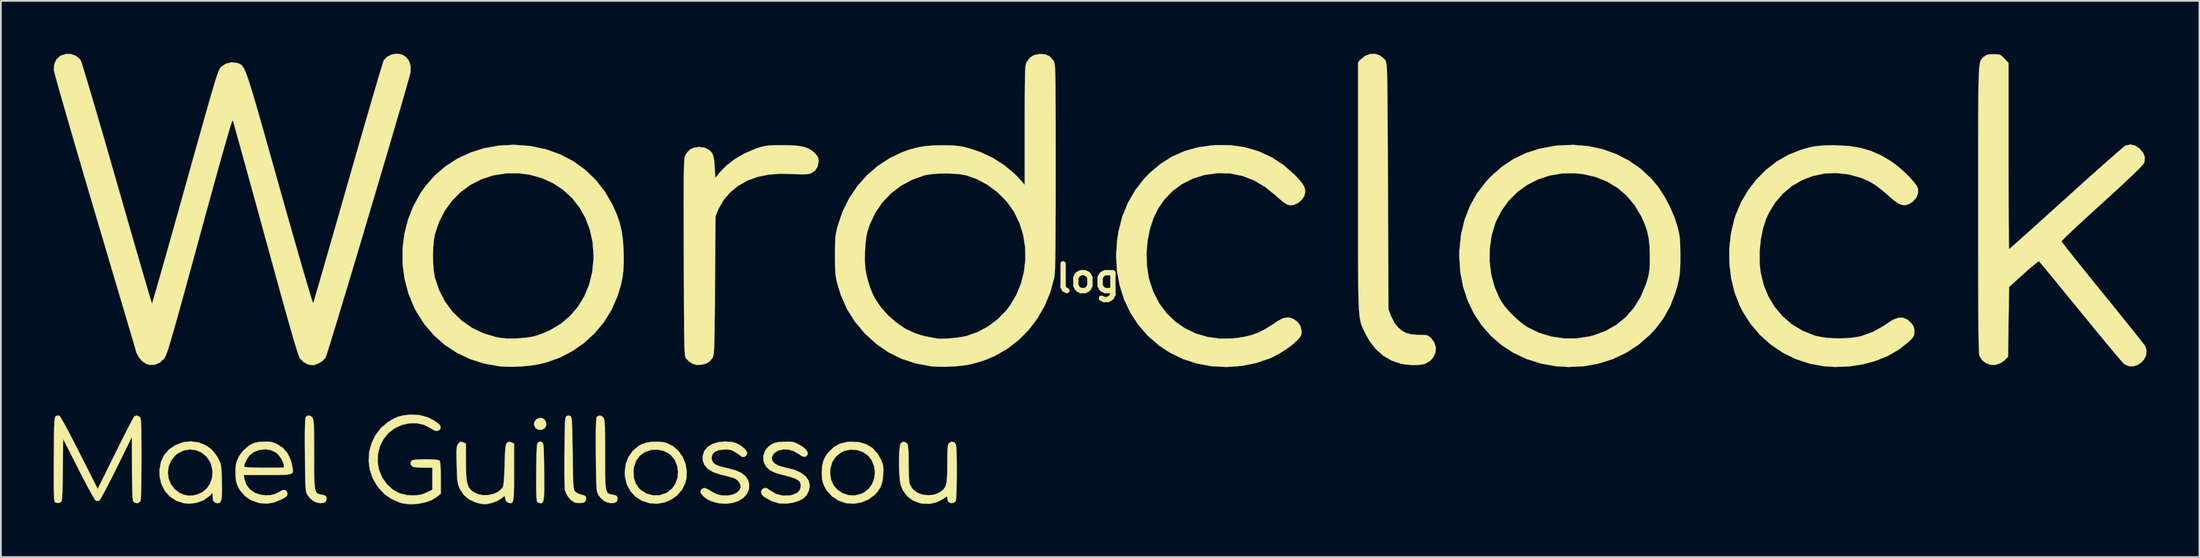
<source format=kicad_pcb>
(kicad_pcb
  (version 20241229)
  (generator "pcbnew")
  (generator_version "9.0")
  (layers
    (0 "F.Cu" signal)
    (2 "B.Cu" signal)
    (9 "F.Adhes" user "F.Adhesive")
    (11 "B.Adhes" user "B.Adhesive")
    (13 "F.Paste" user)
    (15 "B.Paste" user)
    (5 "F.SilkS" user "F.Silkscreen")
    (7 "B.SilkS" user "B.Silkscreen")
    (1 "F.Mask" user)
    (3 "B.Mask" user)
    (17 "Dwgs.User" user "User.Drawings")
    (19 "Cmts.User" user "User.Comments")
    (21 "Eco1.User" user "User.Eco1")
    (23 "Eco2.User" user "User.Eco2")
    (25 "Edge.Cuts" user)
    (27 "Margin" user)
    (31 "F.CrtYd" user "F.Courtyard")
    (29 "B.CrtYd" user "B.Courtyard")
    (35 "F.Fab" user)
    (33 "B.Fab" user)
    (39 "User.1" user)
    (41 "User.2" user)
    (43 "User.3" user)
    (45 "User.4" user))
  (footprint "logo"
    (layer "F.Cu")
    (at 59.479 12.794)
    (property "Reference" "logo" (at 0 0 0) (layer "F.SilkS") (effects (font (size 1.524 1.524) (thickness 0.3))))
    (attr through_hole)
    (fp_poly (pts (xy -31.703 7.948) (xy -31.57 8.042) (xy -31.489 8.188) (xy -31.479 8.353) (xy -31.555 8.506) (xy -31.576 8.527) (xy -31.746 8.612) (xy -31.932 8.608) (xy -32.083 8.517) (xy -32.173 8.345) (xy -32.159 8.171) (xy -32.052 8.025) (xy -31.874 7.939) (xy -31.703 7.948)) (stroke (width 0.01) (type solid)) (fill yes) (layer "F.SilkS"))
    (fp_poly (pts (xy -31.72 9.316) (xy -31.689 9.345) (xy -31.664 9.396) (xy -31.645 9.483) (xy -31.631 9.62) (xy -31.62 9.82) (xy -31.613 10.096) (xy -31.606 10.463) (xy -31.601 10.933) (xy -31.6 11.004) (xy -31.596 11.512) (xy -31.596 11.914) (xy -31.601 12.221) (xy -31.613 12.448) (xy -31.634 12.604) (xy -31.665 12.705) (xy -31.707 12.76) (xy -31.763 12.785) (xy -31.824 12.789) (xy -31.952 12.746) (xy -31.996 12.708) (xy -32.019 12.636) (xy -32.035 12.476) (xy -32.046 12.223) (xy -32.051 11.868) (xy -32.051 11.406) (xy -32.048 11.004) (xy -32.043 10.519) (xy -32.037 10.139) (xy -32.029 9.852) (xy -32.019 9.643) (xy -32.005 9.498) (xy -31.987 9.405) (xy -31.963 9.35) (xy -31.933 9.319) (xy -31.928 9.316) (xy -31.801 9.282) (xy -31.72 9.316)) (stroke (width 0.01) (type solid)) (fill yes) (layer "F.SilkS"))
    (fp_poly (pts (xy -44.874 7.825) (xy -44.766 7.925) (xy -44.74 7.975) (xy -44.719 8.055) (xy -44.703 8.175) (xy -44.691 8.348) (xy -44.683 8.587) (xy -44.677 8.903) (xy -44.674 9.309) (xy -44.673 9.817) (xy -44.673 10.03) (xy -44.673 10.599) (xy -44.671 11.062) (xy -44.664 11.428) (xy -44.651 11.711) (xy -44.628 11.921) (xy -44.595 12.07) (xy -44.548 12.171) (xy -44.485 12.234) (xy -44.404 12.271) (xy -44.303 12.294) (xy -44.223 12.307) (xy -44.062 12.348) (xy -43.987 12.419) (xy -43.97 12.481) (xy -43.983 12.626) (xy -44.021 12.703) (xy -44.148 12.773) (xy -44.338 12.786) (xy -44.549 12.744) (xy -44.735 12.655) (xy -44.903 12.508) (xy -45.046 12.33) (xy -45.057 12.313) (xy -45.089 12.252) (xy -45.116 12.184) (xy -45.137 12.095) (xy -45.153 11.972) (xy -45.166 11.803) (xy -45.175 11.576) (xy -45.182 11.276) (xy -45.188 10.891) (xy -45.193 10.409) (xy -45.196 10.033) (xy -45.2 9.43) (xy -45.201 8.939) (xy -45.197 8.551) (xy -45.19 8.258) (xy -45.178 8.053) (xy -45.163 7.928) (xy -45.145 7.876) (xy -45.017 7.799) (xy -44.874 7.825)) (stroke (width 0.01) (type solid)) (fill yes) (layer "F.SilkS"))
    (fp_poly (pts (xy -28.337 7.825) (xy -28.229 7.925) (xy -28.203 7.975) (xy -28.183 8.055) (xy -28.167 8.175) (xy -28.155 8.348) (xy -28.146 8.587) (xy -28.141 8.903) (xy -28.138 9.309) (xy -28.136 9.817) (xy -28.136 10.03) (xy -28.136 10.599) (xy -28.134 11.062) (xy -28.127 11.428) (xy -28.114 11.711) (xy -28.092 11.921) (xy -28.058 12.07) (xy -28.011 12.171) (xy -27.948 12.234) (xy -27.867 12.271) (xy -27.766 12.294) (xy -27.686 12.307) (xy -27.525 12.348) (xy -27.45 12.419) (xy -27.433 12.481) (xy -27.446 12.626) (xy -27.485 12.703) (xy -27.612 12.773) (xy -27.801 12.786) (xy -28.012 12.744) (xy -28.199 12.655) (xy -28.367 12.508) (xy -28.51 12.33) (xy -28.52 12.313) (xy -28.552 12.252) (xy -28.579 12.184) (xy -28.6 12.095) (xy -28.616 11.972) (xy -28.629 11.803) (xy -28.638 11.576) (xy -28.646 11.276) (xy -28.651 10.891) (xy -28.656 10.409) (xy -28.66 10.033) (xy -28.664 9.43) (xy -28.664 8.939) (xy -28.661 8.551) (xy -28.653 8.258) (xy -28.642 8.053) (xy -28.626 7.928) (xy -28.608 7.876) (xy -28.48 7.799) (xy -28.337 7.825)) (stroke (width 0.01) (type solid)) (fill yes) (layer "F.SilkS"))
    (fp_poly (pts (xy -30.114 7.829) (xy -30.086 7.855) (xy -30.063 7.902) (xy -30.045 7.981) (xy -30.03 8.106) (xy -30.017 8.287) (xy -30.007 8.537) (xy -29.999 8.867) (xy -29.991 9.289) (xy -29.982 9.816) (xy -29.98 9.954) (xy -29.972 10.503) (xy -29.965 10.946) (xy -29.957 11.294) (xy -29.948 11.561) (xy -29.937 11.759) (xy -29.923 11.9) (xy -29.905 11.996) (xy -29.883 12.061) (xy -29.855 12.106) (xy -29.821 12.142) (xy -29.675 12.239) (xy -29.487 12.304) (xy -29.464 12.308) (xy -29.305 12.35) (xy -29.232 12.424) (xy -29.217 12.481) (xy -29.231 12.626) (xy -29.269 12.703) (xy -29.38 12.761) (xy -29.558 12.783) (xy -29.756 12.77) (xy -29.894 12.732) (xy -30.078 12.608) (xy -30.248 12.408) (xy -30.376 12.176) (xy -30.425 12.004) (xy -30.433 11.882) (xy -30.44 11.658) (xy -30.445 11.349) (xy -30.447 10.97) (xy -30.448 10.539) (xy -30.446 10.071) (xy -30.444 9.821) (xy -30.439 9.289) (xy -30.433 8.863) (xy -30.426 8.531) (xy -30.418 8.281) (xy -30.407 8.101) (xy -30.392 7.977) (xy -30.373 7.899) (xy -30.35 7.853) (xy -30.322 7.829) (xy -30.194 7.795) (xy -30.114 7.829)) (stroke (width 0.01) (type solid)) (fill yes) (layer "F.SilkS"))
    (fp_poly (pts (xy -24.791 9.325) (xy -24.642 9.364) (xy -24.274 9.545) (xy -23.967 9.815) (xy -23.728 10.154) (xy -23.568 10.542) (xy -23.495 10.96) (xy -23.518 11.39) (xy -23.583 11.65) (xy -23.767 12.025) (xy -24.04 12.34) (xy -24.383 12.585) (xy -24.775 12.748) (xy -25.197 12.818) (xy -25.617 12.787) (xy -26.049 12.645) (xy -26.413 12.412) (xy -26.7 12.098) (xy -26.901 11.716) (xy -27.006 11.276) (xy -27.019 11.038) (xy -27.006 10.919) (xy -26.52 10.919) (xy -26.505 11.328) (xy -26.4 11.667) (xy -26.2 11.95) (xy -26.104 12.04) (xy -25.779 12.244) (xy -25.418 12.342) (xy -25.042 12.333) (xy -24.674 12.215) (xy -24.61 12.182) (xy -24.335 11.967) (xy -24.14 11.686) (xy -24.024 11.361) (xy -23.989 11.014) (xy -24.037 10.668) (xy -24.166 10.346) (xy -24.379 10.07) (xy -24.528 9.95) (xy -24.816 9.812) (xy -25.152 9.74) (xy -25.478 9.747) (xy -25.498 9.751) (xy -25.87 9.874) (xy -26.166 10.086) (xy -26.378 10.378) (xy -26.498 10.739) (xy -26.52 10.919) (xy -27.006 10.919) (xy -26.966 10.574) (xy -26.809 10.158) (xy -26.557 9.802) (xy -26.217 9.52) (xy -26.084 9.443) (xy -25.816 9.349) (xy -25.481 9.296) (xy -25.124 9.287) (xy -24.791 9.325)) (stroke (width 0.01) (type solid)) (fill yes) (layer "F.SilkS"))
    (fp_poly (pts (xy -13.726 9.311) (xy -13.302 9.429) (xy -12.945 9.645) (xy -12.655 9.959) (xy -12.465 10.296) (xy -12.38 10.5) (xy -12.333 10.669) (xy -12.317 10.851) (xy -12.323 11.096) (xy -12.326 11.147) (xy -12.371 11.535) (xy -12.469 11.845) (xy -12.635 12.115) (xy -12.829 12.325) (xy -13.17 12.576) (xy -13.573 12.743) (xy -14.005 12.816) (xy -14.434 12.787) (xy -14.864 12.644) (xy -15.235 12.402) (xy -15.532 12.072) (xy -15.683 11.809) (xy -15.762 11.605) (xy -15.805 11.394) (xy -15.821 11.125) (xy -15.821 11.084) (xy -15.347 11.084) (xy -15.294 11.454) (xy -15.147 11.774) (xy -14.922 12.033) (xy -14.638 12.221) (xy -14.312 12.329) (xy -13.961 12.347) (xy -13.603 12.264) (xy -13.427 12.182) (xy -13.149 11.966) (xy -12.952 11.686) (xy -12.837 11.364) (xy -12.802 11.02) (xy -12.848 10.679) (xy -12.975 10.36) (xy -13.181 10.087) (xy -13.462 9.883) (xy -13.82 9.759) (xy -14.194 9.738) (xy -14.552 9.818) (xy -14.718 9.898) (xy -15.017 10.133) (xy -15.22 10.432) (xy -15.327 10.799) (xy -15.347 11.084) (xy -15.821 11.084) (xy -15.821 11.034) (xy -15.796 10.648) (xy -15.715 10.333) (xy -15.563 10.052) (xy -15.406 9.853) (xy -15.112 9.579) (xy -14.786 9.402) (xy -14.4 9.309) (xy -14.216 9.292) (xy -13.726 9.311)) (stroke (width 0.01) (type solid)) (fill yes) (layer "F.SilkS"))
    (fp_poly (pts (xy -51.223 9.336) (xy -50.821 9.502) (xy -50.539 9.703) (xy -50.352 9.902) (xy -50.178 10.147) (xy -50.106 10.276) (xy -50.043 10.41) (xy -49.998 10.533) (xy -49.967 10.669) (xy -49.946 10.841) (xy -49.932 11.073) (xy -49.922 11.389) (xy -49.917 11.574) (xy -49.911 11.989) (xy -49.916 12.3) (xy -49.935 12.521) (xy -49.971 12.666) (xy -50.028 12.749) (xy -50.108 12.785) (xy -50.166 12.789) (xy -50.328 12.748) (xy -50.419 12.619) (xy -50.443 12.426) (xy -50.443 12.206) (xy -50.636 12.388) (xy -50.963 12.618) (xy -51.35 12.764) (xy -51.763 12.817) (xy -52.088 12.787) (xy -52.511 12.646) (xy -52.868 12.413) (xy -53.15 12.101) (xy -53.349 11.722) (xy -53.454 11.29) (xy -53.46 11.035) (xy -52.989 11.035) (xy -52.947 11.381) (xy -52.819 11.703) (xy -52.611 11.984) (xy -52.326 12.202) (xy -52.063 12.314) (xy -51.822 12.362) (xy -51.575 12.351) (xy -51.369 12.308) (xy -51.036 12.168) (xy -50.769 11.944) (xy -50.577 11.654) (xy -50.468 11.319) (xy -50.449 10.956) (xy -50.528 10.586) (xy -50.599 10.418) (xy -50.811 10.113) (xy -51.088 9.895) (xy -51.409 9.765) (xy -51.752 9.73) (xy -52.097 9.791) (xy -52.421 9.953) (xy -52.56 10.064) (xy -52.8 10.357) (xy -52.942 10.688) (xy -52.989 11.035) (xy -53.46 11.035) (xy -53.463 10.89) (xy -53.38 10.436) (xy -53.199 10.049) (xy -52.919 9.729) (xy -52.541 9.476) (xy -52.513 9.462) (xy -52.091 9.313) (xy -51.654 9.272) (xy -51.223 9.336)) (stroke (width 0.01) (type solid)) (fill yes) (layer "F.SilkS"))
    (fp_poly (pts (xy -36.203 9.325) (xy -36.048 9.396) (xy -36.046 10.453) (xy -36.042 10.911) (xy -36.025 11.267) (xy -35.994 11.539) (xy -35.943 11.746) (xy -35.869 11.904) (xy -35.768 12.03) (xy -35.666 12.12) (xy -35.404 12.262) (xy -35.096 12.329) (xy -34.771 12.325) (xy -34.458 12.254) (xy -34.186 12.121) (xy -33.984 11.93) (xy -33.951 11.878) (xy -33.918 11.758) (xy -33.89 11.521) (xy -33.867 11.17) (xy -33.85 10.707) (xy -33.847 10.605) (xy -33.835 10.199) (xy -33.822 9.895) (xy -33.807 9.677) (xy -33.787 9.529) (xy -33.761 9.433) (xy -33.728 9.374) (xy -33.715 9.36) (xy -33.617 9.293) (xy -33.504 9.31) (xy -33.462 9.327) (xy -33.311 9.396) (xy -33.311 11.026) (xy -33.312 11.538) (xy -33.316 11.944) (xy -33.324 12.254) (xy -33.34 12.48) (xy -33.365 12.635) (xy -33.402 12.73) (xy -33.452 12.777) (xy -33.518 12.787) (xy -33.602 12.774) (xy -33.63 12.767) (xy -33.754 12.687) (xy -33.809 12.546) (xy -33.846 12.362) (xy -34.028 12.514) (xy -34.236 12.644) (xy -34.51 12.754) (xy -34.795 12.826) (xy -35.003 12.845) (xy -35.166 12.825) (xy -35.379 12.776) (xy -35.499 12.741) (xy -35.876 12.57) (xy -36.167 12.321) (xy -36.383 11.986) (xy -36.394 11.963) (xy -36.45 11.833) (xy -36.491 11.709) (xy -36.521 11.57) (xy -36.541 11.392) (xy -36.555 11.153) (xy -36.566 10.83) (xy -36.572 10.588) (xy -36.58 10.21) (xy -36.583 9.932) (xy -36.579 9.736) (xy -36.566 9.601) (xy -36.544 9.51) (xy -36.51 9.444) (xy -36.478 9.401) (xy -36.382 9.303) (xy -36.292 9.292) (xy -36.203 9.325)) (stroke (width 0.01) (type solid)) (fill yes) (layer "F.SilkS"))
    (fp_poly (pts (xy -17.528 9.294) (xy -17.381 9.327) (xy -17.229 9.391) (xy -17.135 9.439) (xy -16.878 9.597) (xy -16.702 9.759) (xy -16.617 9.911) (xy -16.634 10.04) (xy -16.741 10.141) (xy -16.879 10.142) (xy -17.061 10.041) (xy -17.119 9.997) (xy -17.396 9.83) (xy -17.701 9.739) (xy -18.006 9.725) (xy -18.284 9.788) (xy -18.508 9.926) (xy -18.576 10.003) (xy -18.665 10.195) (xy -18.639 10.371) (xy -18.505 10.526) (xy -18.268 10.655) (xy -17.931 10.753) (xy -17.854 10.768) (xy -17.39 10.886) (xy -17.018 11.05) (xy -16.744 11.254) (xy -16.571 11.494) (xy -16.503 11.762) (xy -16.546 12.053) (xy -16.685 12.334) (xy -16.862 12.51) (xy -17.127 12.653) (xy -17.45 12.756) (xy -17.802 12.81) (xy -18.154 12.806) (xy -18.268 12.79) (xy -18.692 12.66) (xy -19.109 12.42) (xy -19.239 12.281) (xy -19.273 12.132) (xy -19.21 12.002) (xy -19.13 11.948) (xy -19.028 11.919) (xy -18.928 11.944) (xy -18.79 12.038) (xy -18.758 12.063) (xy -18.409 12.266) (xy -18.022 12.36) (xy -17.614 12.342) (xy -17.47 12.309) (xy -17.213 12.197) (xy -17.061 12.03) (xy -17.013 11.812) (xy -17.027 11.672) (xy -17.081 11.559) (xy -17.187 11.462) (xy -17.362 11.375) (xy -17.619 11.288) (xy -17.974 11.193) (xy -18.141 11.153) (xy -18.49 11.049) (xy -18.747 10.923) (xy -18.936 10.76) (xy -19.02 10.651) (xy -19.135 10.383) (xy -19.144 10.099) (xy -19.053 9.824) (xy -18.868 9.584) (xy -18.737 9.48) (xy -18.593 9.396) (xy -18.448 9.343) (xy -18.263 9.312) (xy -18.001 9.294) (xy -17.974 9.293) (xy -17.712 9.285) (xy -17.528 9.294)) (stroke (width 0.01) (type solid)) (fill yes) (layer "F.SilkS"))
    (fp_poly (pts (xy 15.919 -12.68) (xy 16.151 -12.487) (xy 16.221 -12.393) (xy 16.238 -12.364) (xy 16.252 -12.323) (xy 16.265 -12.265) (xy 16.277 -12.183) (xy 16.287 -12.071) (xy 16.296 -11.922) (xy 16.305 -11.73) (xy 16.312 -11.487) (xy 16.318 -11.189) (xy 16.324 -10.828) (xy 16.329 -10.398) (xy 16.334 -9.892) (xy 16.338 -9.304) (xy 16.343 -8.628) (xy 16.347 -7.857) (xy 16.351 -6.984) (xy 16.355 -6.003) (xy 16.359 -5.237) (xy 16.389 1.755) (xy 16.531 2.136) (xy 16.747 2.555) (xy 16.947 2.798) (xy 17.156 2.979) (xy 17.389 3.102) (xy 17.67 3.176) (xy 18.027 3.209) (xy 18.241 3.212) (xy 18.459 3.217) (xy 18.601 3.242) (xy 18.708 3.3) (xy 18.825 3.406) (xy 18.825 3.407) (xy 19.004 3.659) (xy 19.079 3.935) (xy 19.058 4.214) (xy 18.947 4.474) (xy 18.753 4.692) (xy 18.482 4.846) (xy 18.394 4.875) (xy 18.106 4.921) (xy 17.748 4.928) (xy 17.362 4.895) (xy 17.087 4.847) (xy 16.571 4.675) (xy 16.097 4.398) (xy 15.675 4.024) (xy 15.317 3.563) (xy 15.119 3.212) (xy 15.052 3.078) (xy 14.992 2.96) (xy 14.939 2.85) (xy 14.891 2.742) (xy 14.85 2.629) (xy 14.813 2.504) (xy 14.782 2.361) (xy 14.755 2.192) (xy 14.733 1.992) (xy 14.714 1.753) (xy 14.699 1.468) (xy 14.688 1.131) (xy 14.679 0.734) (xy 14.672 0.272) (xy 14.667 -0.263) (xy 14.665 -0.877) (xy 14.663 -1.577) (xy 14.663 -2.371) (xy 14.663 -3.264) (xy 14.663 -4.264) (xy 14.663 -5.185) (xy 14.663 -12.304) (xy 14.812 -12.463) (xy 15.071 -12.668) (xy 15.357 -12.772) (xy 15.647 -12.776) (xy 15.919 -12.68)) (stroke (width 0.01) (type solid)) (fill yes) (layer "F.SilkS"))
    (fp_poly (pts (xy -20.956 9.303) (xy -20.752 9.349) (xy -20.553 9.435) (xy -20.357 9.563) (xy -20.192 9.709) (xy -20.084 9.85) (xy -20.058 9.95) (xy -20.119 10.082) (xy -20.228 10.158) (xy -20.346 10.154) (xy -20.365 10.142) (xy -20.612 9.964) (xy -20.794 9.847) (xy -20.942 9.777) (xy -21.085 9.743) (xy -21.251 9.731) (xy -21.317 9.73) (xy -21.639 9.76) (xy -21.88 9.852) (xy -22.032 9.999) (xy -22.085 10.193) (xy -22.053 10.371) (xy -21.984 10.49) (xy -21.86 10.587) (xy -21.661 10.672) (xy -21.372 10.753) (xy -21.162 10.799) (xy -20.718 10.919) (xy -20.382 11.07) (xy -20.145 11.26) (xy -20 11.495) (xy -19.944 11.713) (xy -19.96 12.004) (xy -20.077 12.263) (xy -20.28 12.484) (xy -20.554 12.656) (xy -20.884 12.77) (xy -21.255 12.819) (xy -21.651 12.793) (xy -21.771 12.769) (xy -22.079 12.683) (xy -22.313 12.575) (xy -22.519 12.421) (xy -22.56 12.384) (xy -22.69 12.22) (xy -22.712 12.079) (xy -22.625 11.971) (xy -22.586 11.951) (xy -22.493 11.926) (xy -22.389 11.95) (xy -22.241 12.031) (xy -22.141 12.097) (xy -21.804 12.274) (xy -21.516 12.344) (xy -21.187 12.354) (xy -20.901 12.304) (xy -20.672 12.204) (xy -20.512 12.065) (xy -20.435 11.898) (xy -20.453 11.713) (xy -20.546 11.558) (xy -20.615 11.483) (xy -20.691 11.423) (xy -20.795 11.371) (xy -20.947 11.319) (xy -21.168 11.258) (xy -21.479 11.181) (xy -21.593 11.153) (xy -21.994 11.018) (xy -22.297 10.832) (xy -22.496 10.601) (xy -22.589 10.327) (xy -22.587 10.108) (xy -22.501 9.821) (xy -22.322 9.596) (xy -22.042 9.42) (xy -21.715 9.319) (xy -21.337 9.278) (xy -20.956 9.303)) (stroke (width 0.01) (type solid)) (fill yes) (layer "F.SilkS"))
    (fp_poly (pts (xy -8.307 9.32) (xy -8.243 9.373) (xy -8.214 9.416) (xy -8.192 9.49) (xy -8.175 9.607) (xy -8.163 9.783) (xy -8.156 10.03) (xy -8.151 10.363) (xy -8.15 10.795) (xy -8.149 11.013) (xy -8.152 11.512) (xy -8.159 11.936) (xy -8.17 12.274) (xy -8.185 12.516) (xy -8.204 12.653) (xy -8.211 12.674) (xy -8.318 12.766) (xy -8.468 12.785) (xy -8.605 12.725) (xy -8.613 12.718) (xy -8.671 12.604) (xy -8.685 12.509) (xy -8.689 12.431) (xy -8.718 12.412) (xy -8.797 12.455) (xy -8.926 12.547) (xy -9.286 12.736) (xy -9.692 12.825) (xy -10.122 12.809) (xy -10.248 12.784) (xy -10.634 12.635) (xy -10.957 12.393) (xy -11.201 12.073) (xy -11.328 11.771) (xy -11.367 11.579) (xy -11.397 11.315) (xy -11.417 11.002) (xy -11.427 10.662) (xy -11.428 10.319) (xy -11.419 9.997) (xy -11.401 9.718) (xy -11.374 9.506) (xy -11.337 9.385) (xy -11.328 9.373) (xy -11.192 9.288) (xy -11.062 9.319) (xy -10.984 9.388) (xy -10.947 9.445) (xy -10.921 9.533) (xy -10.903 9.67) (xy -10.892 9.874) (xy -10.887 10.163) (xy -10.886 10.515) (xy -10.882 10.878) (xy -10.872 11.202) (xy -10.856 11.464) (xy -10.836 11.642) (xy -10.822 11.7) (xy -10.656 11.984) (xy -10.406 12.186) (xy -10.078 12.303) (xy -9.783 12.332) (xy -9.53 12.32) (xy -9.332 12.27) (xy -9.148 12.178) (xy -8.998 12.081) (xy -8.884 11.98) (xy -8.802 11.856) (xy -8.746 11.691) (xy -8.711 11.469) (xy -8.692 11.172) (xy -8.685 10.783) (xy -8.685 10.539) (xy -8.683 10.145) (xy -8.678 9.852) (xy -8.667 9.646) (xy -8.65 9.508) (xy -8.624 9.422) (xy -8.591 9.373) (xy -8.449 9.287) (xy -8.307 9.32)) (stroke (width 0.01) (type solid)) (fill yes) (layer "F.SilkS"))
    (fp_poly (pts (xy -47.134 9.298) (xy -46.971 9.343) (xy -46.783 9.426) (xy -46.779 9.428) (xy -46.443 9.648) (xy -46.188 9.942) (xy -46.009 10.319) (xy -45.919 10.668) (xy -45.89 10.826) (xy -45.878 10.947) (xy -45.898 11.038) (xy -45.96 11.102) (xy -46.079 11.143) (xy -46.267 11.168) (xy -46.536 11.179) (xy -46.899 11.183) (xy -47.33 11.183) (xy -48.674 11.183) (xy -48.639 11.4) (xy -48.529 11.732) (xy -48.326 12.002) (xy -48.042 12.2) (xy -47.692 12.314) (xy -47.409 12.34) (xy -47.14 12.327) (xy -46.916 12.274) (xy -46.686 12.165) (xy -46.532 12.072) (xy -46.376 12.027) (xy -46.253 12.083) (xy -46.192 12.224) (xy -46.19 12.26) (xy -46.21 12.347) (xy -46.284 12.427) (xy -46.433 12.519) (xy -46.577 12.591) (xy -46.972 12.749) (xy -47.34 12.813) (xy -47.719 12.789) (xy -47.834 12.767) (xy -48.259 12.618) (xy -48.616 12.372) (xy -48.899 12.036) (xy -49.05 11.746) (xy -49.112 11.512) (xy -49.145 11.209) (xy -49.146 10.881) (xy -49.129 10.705) (xy -48.659 10.705) (xy -48.6 10.729) (xy -48.425 10.748) (xy -48.139 10.76) (xy -47.743 10.766) (xy -47.528 10.767) (xy -46.398 10.767) (xy -46.399 10.633) (xy -46.44 10.463) (xy -46.542 10.257) (xy -46.679 10.06) (xy -46.819 9.921) (xy -47.109 9.775) (xy -47.44 9.721) (xy -47.779 9.754) (xy -48.093 9.871) (xy -48.343 10.063) (xy -48.446 10.203) (xy -48.548 10.388) (xy -48.627 10.57) (xy -48.659 10.704) (xy -48.659 10.705) (xy -49.129 10.705) (xy -49.116 10.576) (xy -49.083 10.427) (xy -48.94 10.107) (xy -48.708 9.8) (xy -48.415 9.543) (xy -48.334 9.489) (xy -48.157 9.391) (xy -47.987 9.333) (xy -47.78 9.301) (xy -47.576 9.288) (xy -47.32 9.282) (xy -47.134 9.298)) (stroke (width 0.01) (type solid)) (fill yes) (layer "F.SilkS"))
    (fp_poly (pts (xy -38.707 7.767) (xy -38.218 7.899) (xy -37.788 8.124) (xy -37.581 8.284) (xy -37.485 8.422) (xy -37.496 8.547) (xy -37.547 8.613) (xy -37.667 8.678) (xy -37.823 8.654) (xy -38.032 8.54) (xy -38.085 8.504) (xy -38.438 8.325) (xy -38.842 8.238) (xy -39.271 8.243) (xy -39.701 8.341) (xy -40.098 8.524) (xy -40.464 8.808) (xy -40.745 9.161) (xy -40.941 9.565) (xy -41.047 10.001) (xy -41.062 10.452) (xy -40.983 10.899) (xy -40.808 11.325) (xy -40.533 11.712) (xy -40.533 11.713) (xy -40.193 12.023) (xy -39.82 12.225) (xy -39.397 12.326) (xy -39.112 12.342) (xy -38.832 12.335) (xy -38.619 12.304) (xy -38.421 12.239) (xy -38.293 12.183) (xy -37.951 12.023) (xy -37.951 10.767) (xy -38.461 10.767) (xy -38.709 10.76) (xy -38.921 10.741) (xy -39.062 10.715) (xy -39.085 10.705) (xy -39.184 10.597) (xy -39.187 10.456) (xy -39.129 10.362) (xy -39.038 10.33) (xy -38.858 10.307) (xy -38.618 10.293) (xy -38.347 10.288) (xy -38.076 10.292) (xy -37.833 10.306) (xy -37.647 10.328) (xy -37.549 10.36) (xy -37.547 10.362) (xy -37.515 10.447) (xy -37.493 10.63) (xy -37.48 10.92) (xy -37.475 11.322) (xy -37.475 11.339) (xy -37.475 12.245) (xy -37.698 12.43) (xy -37.989 12.608) (xy -38.357 12.74) (xy -38.768 12.822) (xy -39.188 12.848) (xy -39.582 12.811) (xy -39.766 12.766) (xy -40.251 12.563) (xy -40.662 12.281) (xy -41.02 11.901) (xy -41.084 11.817) (xy -41.35 11.363) (xy -41.513 10.875) (xy -41.575 10.37) (xy -41.541 9.865) (xy -41.412 9.376) (xy -41.192 8.922) (xy -40.884 8.518) (xy -40.49 8.181) (xy -40.44 8.148) (xy -40.152 7.977) (xy -39.893 7.864) (xy -39.615 7.796) (xy -39.272 7.754) (xy -39.225 7.751) (xy -38.707 7.767)) (stroke (width 0.01) (type solid)) (fill yes) (layer "F.SilkS"))
    (fp_poly (pts (xy -59.143 7.825) (xy -59.093 7.89) (xy -58.998 8.05) (xy -58.862 8.293) (xy -58.693 8.606) (xy -58.496 8.978) (xy -58.279 9.397) (xy -58.048 9.85) (xy -58.007 9.931) (xy -56.976 11.975) (xy -55.967 9.93) (xy -55.74 9.473) (xy -55.527 9.048) (xy -55.335 8.669) (xy -55.169 8.347) (xy -55.035 8.094) (xy -54.94 7.922) (xy -54.891 7.843) (xy -54.887 7.84) (xy -54.74 7.797) (xy -54.599 7.87) (xy -54.582 7.886) (xy -54.557 7.922) (xy -54.538 7.984) (xy -54.522 8.084) (xy -54.51 8.233) (xy -54.501 8.441) (xy -54.495 8.721) (xy -54.491 9.083) (xy -54.489 9.539) (xy -54.488 10.1) (xy -54.488 10.269) (xy -54.49 10.918) (xy -54.495 11.473) (xy -54.502 11.929) (xy -54.513 12.281) (xy -54.527 12.525) (xy -54.544 12.657) (xy -54.55 12.674) (xy -54.656 12.767) (xy -54.756 12.789) (xy -54.896 12.744) (xy -54.962 12.674) (xy -54.981 12.578) (xy -54.997 12.372) (xy -55.01 12.063) (xy -55.019 11.66) (xy -55.025 11.172) (xy -55.027 10.786) (xy -55.03 9.012) (xy -55.914 10.811) (xy -56.144 11.275) (xy -56.355 11.688) (xy -56.539 12.042) (xy -56.693 12.324) (xy -56.809 12.525) (xy -56.883 12.634) (xy -56.901 12.65) (xy -57.037 12.656) (xy -57.099 12.633) (xy -57.148 12.567) (xy -57.243 12.409) (xy -57.377 12.17) (xy -57.543 11.864) (xy -57.733 11.503) (xy -57.941 11.102) (xy -58.068 10.853) (xy -58.941 9.131) (xy -58.96 10.903) (xy -58.966 11.42) (xy -58.973 11.83) (xy -58.982 12.145) (xy -58.993 12.378) (xy -59.007 12.542) (xy -59.025 12.647) (xy -59.047 12.707) (xy -59.068 12.731) (xy -59.236 12.785) (xy -59.382 12.743) (xy -59.419 12.708) (xy -59.437 12.645) (xy -59.452 12.501) (xy -59.462 12.269) (xy -59.47 11.944) (xy -59.473 11.519) (xy -59.474 10.989) (xy -59.471 10.346) (xy -59.471 10.261) (xy -59.466 9.665) (xy -59.462 9.178) (xy -59.457 8.787) (xy -59.45 8.482) (xy -59.441 8.251) (xy -59.43 8.084) (xy -59.416 7.97) (xy -59.399 7.896) (xy -59.377 7.853) (xy -59.351 7.829) (xy -59.351 7.829) (xy -59.214 7.796) (xy -59.143 7.825)) (stroke (width 0.01) (type solid)) (fill yes) (layer "F.SilkS"))
    (fp_poly (pts (xy 7.425 -7.581) (xy 8.242 -7.461) (xy 9.018 -7.231) (xy 9.748 -6.894) (xy 10.425 -6.453) (xy 11.045 -5.908) (xy 11.088 -5.864) (xy 11.338 -5.595) (xy 11.507 -5.378) (xy 11.608 -5.194) (xy 11.653 -5.023) (xy 11.659 -4.927) (xy 11.604 -4.691) (xy 11.459 -4.471) (xy 11.251 -4.295) (xy 11.009 -4.187) (xy 10.844 -4.166) (xy 10.728 -4.177) (xy 10.615 -4.215) (xy 10.485 -4.292) (xy 10.319 -4.422) (xy 10.096 -4.617) (xy 9.973 -4.729) (xy 9.367 -5.214) (xy 8.74 -5.583) (xy 8.09 -5.835) (xy 7.416 -5.972) (xy 6.717 -5.993) (xy 6.659 -5.99) (xy 5.94 -5.89) (xy 5.274 -5.686) (xy 4.666 -5.382) (xy 4.122 -4.982) (xy 3.65 -4.489) (xy 3.316 -4.012) (xy 3.038 -3.449) (xy 2.829 -2.813) (xy 2.694 -2.129) (xy 2.636 -1.423) (xy 2.658 -0.719) (xy 2.764 -0.044) (xy 2.793 0.08) (xy 3.03 0.782) (xy 3.358 1.414) (xy 3.77 1.97) (xy 4.257 2.445) (xy 4.813 2.833) (xy 5.428 3.129) (xy 6.094 3.328) (xy 6.805 3.425) (xy 7.552 3.413) (xy 7.727 3.395) (xy 8.195 3.323) (xy 8.606 3.223) (xy 8.99 3.082) (xy 9.377 2.888) (xy 9.797 2.629) (xy 10.119 2.408) (xy 10.416 2.255) (xy 10.707 2.219) (xy 10.968 2.291) (xy 11.223 2.47) (xy 11.388 2.712) (xy 11.451 2.999) (xy 11.451 3.016) (xy 11.439 3.17) (xy 11.39 3.296) (xy 11.283 3.435) (xy 11.183 3.54) (xy 10.92 3.774) (xy 10.582 4.022) (xy 10.208 4.259) (xy 9.836 4.46) (xy 9.653 4.543) (xy 8.86 4.814) (xy 8.023 4.979) (xy 7.156 5.037) (xy 6.305 4.989) (xy 5.482 4.836) (xy 4.691 4.575) (xy 3.947 4.211) (xy 3.352 3.817) (xy 2.716 3.264) (xy 2.172 2.639) (xy 1.721 1.95) (xy 1.367 1.204) (xy 1.113 0.408) (xy 0.96 -0.429) (xy 0.911 -1.3) (xy 0.971 -2.198) (xy 1.047 -2.683) (xy 1.261 -3.518) (xy 1.581 -4.302) (xy 2.001 -5.028) (xy 2.517 -5.688) (xy 2.804 -5.985) (xy 3.428 -6.514) (xy 4.096 -6.936) (xy 4.813 -7.252) (xy 5.586 -7.466) (xy 6.421 -7.58) (xy 6.573 -7.59) (xy 7.425 -7.581)) (stroke (width 0.01) (type solid)) (fill yes) (layer "F.SilkS"))
    (fp_poly (pts (xy 41.758 -7.577) (xy 42.51 -7.541) (xy 43.183 -7.437) (xy 43.801 -7.26) (xy 44.389 -7.002) (xy 44.969 -6.657) (xy 45.239 -6.46) (xy 45.521 -6.225) (xy 45.796 -5.972) (xy 46.048 -5.717) (xy 46.259 -5.479) (xy 46.41 -5.276) (xy 46.485 -5.124) (xy 46.487 -5.117) (xy 46.488 -4.857) (xy 46.394 -4.602) (xy 46.221 -4.395) (xy 46.2 -4.378) (xy 45.982 -4.238) (xy 45.782 -4.171) (xy 45.582 -4.18) (xy 45.365 -4.271) (xy 45.111 -4.447) (xy 44.804 -4.714) (xy 44.801 -4.716) (xy 44.4 -5.065) (xy 44.038 -5.333) (xy 43.685 -5.54) (xy 43.314 -5.702) (xy 43.204 -5.742) (xy 42.505 -5.928) (xy 41.813 -6.001) (xy 41.138 -5.966) (xy 40.49 -5.828) (xy 39.88 -5.59) (xy 39.317 -5.258) (xy 38.811 -4.835) (xy 38.372 -4.326) (xy 38.01 -3.735) (xy 37.849 -3.381) (xy 37.672 -2.832) (xy 37.55 -2.213) (xy 37.485 -1.562) (xy 37.482 -0.918) (xy 37.539 -0.357) (xy 37.711 0.363) (xy 37.982 1.027) (xy 38.343 1.628) (xy 38.789 2.156) (xy 39.312 2.606) (xy 39.905 2.967) (xy 40.56 3.232) (xy 40.73 3.282) (xy 41.132 3.36) (xy 41.606 3.403) (xy 42.113 3.412) (xy 42.61 3.387) (xy 43.056 3.327) (xy 43.254 3.283) (xy 43.927 3.042) (xy 44.545 2.696) (xy 44.733 2.563) (xy 45.073 2.345) (xy 45.374 2.236) (xy 45.644 2.237) (xy 45.891 2.346) (xy 46.098 2.534) (xy 46.22 2.703) (xy 46.272 2.875) (xy 46.279 3.02) (xy 46.273 3.164) (xy 46.244 3.275) (xy 46.173 3.383) (xy 46.042 3.519) (xy 45.928 3.627) (xy 45.392 4.051) (xy 44.772 4.405) (xy 44.084 4.685) (xy 43.345 4.887) (xy 42.57 5.005) (xy 41.775 5.036) (xy 41.134 4.994) (xy 40.315 4.843) (xy 39.533 4.583) (xy 38.8 4.222) (xy 38.123 3.765) (xy 37.513 3.219) (xy 36.978 2.592) (xy 36.529 1.89) (xy 36.346 1.528) (xy 36.059 0.778) (xy 35.866 -0.026) (xy 35.767 -0.864) (xy 35.763 -1.714) (xy 35.856 -2.557) (xy 36.046 -3.37) (xy 36.113 -3.577) (xy 36.421 -4.316) (xy 36.823 -5.005) (xy 37.308 -5.634) (xy 37.863 -6.191) (xy 38.479 -6.666) (xy 39.144 -7.046) (xy 39.795 -7.305) (xy 40.181 -7.419) (xy 40.527 -7.498) (xy 40.871 -7.547) (xy 41.251 -7.571) (xy 41.708 -7.577) (xy 41.758 -7.577)) (stroke (width 0.01) (type solid)) (fill yes) (layer "F.SilkS"))
    (fp_poly (pts (xy -17.561 -7.575) (xy -17.168 -7.546) (xy -16.856 -7.491) (xy -16.606 -7.406) (xy -16.399 -7.288) (xy -16.227 -7.14) (xy -16.09 -6.987) (xy -16.022 -6.856) (xy -16.002 -6.693) (xy -16.001 -6.644) (xy -16.055 -6.362) (xy -16.205 -6.135) (xy -16.436 -5.983) (xy -16.526 -5.953) (xy -16.691 -5.932) (xy -16.942 -5.924) (xy -17.249 -5.932) (xy -17.399 -5.94) (xy -18.177 -5.96) (xy -18.87 -5.906) (xy -19.491 -5.776) (xy -20.05 -5.568) (xy -20.56 -5.28) (xy -20.569 -5.274) (xy -21.029 -4.898) (xy -21.406 -4.458) (xy -21.685 -3.971) (xy -21.721 -3.886) (xy -21.861 -3.539) (xy -21.89 0.387) (xy -21.897 1.171) (xy -21.902 1.845) (xy -21.908 2.418) (xy -21.914 2.898) (xy -21.921 3.294) (xy -21.928 3.616) (xy -21.937 3.871) (xy -21.947 4.07) (xy -21.959 4.22) (xy -21.972 4.33) (xy -21.989 4.409) (xy -22.007 4.467) (xy -22.025 4.505) (xy -22.185 4.717) (xy -22.401 4.847) (xy -22.698 4.913) (xy -22.701 4.913) (xy -22.956 4.915) (xy -23.166 4.851) (xy -23.195 4.837) (xy -23.368 4.717) (xy -23.514 4.571) (xy -23.522 4.561) (xy -23.543 4.531) (xy -23.561 4.497) (xy -23.577 4.45) (xy -23.591 4.385) (xy -23.603 4.293) (xy -23.613 4.167) (xy -23.622 4) (xy -23.629 3.784) (xy -23.635 3.513) (xy -23.64 3.179) (xy -23.645 2.775) (xy -23.648 2.293) (xy -23.651 1.727) (xy -23.654 1.068) (xy -23.656 0.31) (xy -23.659 -0.555) (xy -23.661 -1.209) (xy -23.663 -2.154) (xy -23.665 -2.988) (xy -23.666 -3.717) (xy -23.667 -4.349) (xy -23.666 -4.891) (xy -23.664 -5.351) (xy -23.662 -5.736) (xy -23.657 -6.053) (xy -23.652 -6.31) (xy -23.645 -6.513) (xy -23.636 -6.671) (xy -23.626 -6.79) (xy -23.614 -6.878) (xy -23.6 -6.941) (xy -23.584 -6.988) (xy -23.571 -7.015) (xy -23.456 -7.186) (xy -23.318 -7.328) (xy -23.308 -7.336) (xy -23.081 -7.439) (xy -22.805 -7.479) (xy -22.529 -7.452) (xy -22.371 -7.394) (xy -22.198 -7.288) (xy -22.077 -7.165) (xy -21.997 -7.002) (xy -21.946 -6.775) (xy -21.915 -6.459) (xy -21.909 -6.352) (xy -21.873 -5.721) (xy -21.616 -6.036) (xy -21.228 -6.434) (xy -20.746 -6.8) (xy -20.193 -7.119) (xy -19.593 -7.377) (xy -19.389 -7.445) (xy -19.194 -7.502) (xy -19.009 -7.541) (xy -18.806 -7.565) (xy -18.556 -7.579) (xy -18.229 -7.584) (xy -18.054 -7.584) (xy -17.561 -7.575)) (stroke (width 0.01) (type solid)) (fill yes) (layer "F.SilkS"))
    (fp_poly (pts (xy -32.453 -7.542) (xy -32.33 -7.525) (xy -31.478 -7.341) (xy -30.682 -7.055) (xy -29.947 -6.67) (xy -29.279 -6.191) (xy -28.684 -5.621) (xy -28.167 -4.965) (xy -27.734 -4.227) (xy -27.687 -4.13) (xy -27.468 -3.636) (xy -27.307 -3.171) (xy -27.195 -2.7) (xy -27.124 -2.188) (xy -27.086 -1.599) (xy -27.083 -1.517) (xy -27.076 -0.948) (xy -27.098 -0.459) (xy -27.155 -0.014) (xy -27.252 0.423) (xy -27.394 0.887) (xy -27.454 1.059) (xy -27.781 1.801) (xy -28.208 2.488) (xy -28.723 3.11) (xy -29.318 3.658) (xy -29.982 4.124) (xy -30.706 4.501) (xy -31.479 4.778) (xy -31.908 4.883) (xy -32.388 4.959) (xy -32.921 5.008) (xy -33.459 5.027) (xy -33.953 5.014) (xy -34.152 4.996) (xy -35.009 4.842) (xy -35.816 4.584) (xy -36.565 4.227) (xy -37.251 3.776) (xy -37.865 3.234) (xy -38.403 2.607) (xy -38.857 1.899) (xy -38.994 1.636) (xy -39.319 0.839) (xy -39.536 0.013) (xy -39.646 -0.83) (xy -39.648 -1.334) (xy -37.92 -1.334) (xy -37.911 -0.877) (xy -37.879 -0.453) (xy -37.824 -0.099) (xy -37.808 -0.03) (xy -37.566 0.683) (xy -37.229 1.329) (xy -36.804 1.901) (xy -36.298 2.394) (xy -35.719 2.8) (xy -35.073 3.114) (xy -34.366 3.329) (xy -34.053 3.388) (xy -33.725 3.417) (xy -33.327 3.42) (xy -32.903 3.398) (xy -32.498 3.354) (xy -32.181 3.295) (xy -31.951 3.226) (xy -31.664 3.119) (xy -31.369 2.993) (xy -31.25 2.937) (xy -30.651 2.58) (xy -30.125 2.135) (xy -29.68 1.612) (xy -29.318 1.018) (xy -29.047 0.362) (xy -28.87 -0.346) (xy -28.794 -1.097) (xy -28.791 -1.279) (xy -28.844 -2.048) (xy -29 -2.769) (xy -29.251 -3.437) (xy -29.593 -4.042) (xy -30.017 -4.58) (xy -30.519 -5.042) (xy -31.09 -5.421) (xy -31.726 -5.71) (xy -32.42 -5.903) (xy -33.041 -5.985) (xy -33.786 -5.98) (xy -34.497 -5.865) (xy -35.165 -5.646) (xy -35.783 -5.33) (xy -36.342 -4.922) (xy -36.834 -4.428) (xy -37.249 -3.856) (xy -37.579 -3.21) (xy -37.808 -2.528) (xy -37.868 -2.197) (xy -37.906 -1.786) (xy -37.92 -1.334) (xy -39.648 -1.334) (xy -39.649 -1.678) (xy -39.546 -2.518) (xy -39.34 -3.337) (xy -39.03 -4.124) (xy -38.618 -4.866) (xy -38.363 -5.232) (xy -37.827 -5.846) (xy -37.214 -6.375) (xy -36.535 -6.814) (xy -35.797 -7.16) (xy -35.011 -7.409) (xy -34.185 -7.558) (xy -33.33 -7.604) (xy -32.453 -7.542)) (stroke (width 0.01) (type solid)) (fill yes) (layer "F.SilkS"))
    (fp_poly (pts (xy 27.745 -7.528) (xy 28.561 -7.352) (xy 29.336 -7.075) (xy 30.061 -6.702) (xy 30.725 -6.237) (xy 31.319 -5.685) (xy 31.707 -5.224) (xy 32.057 -4.696) (xy 32.377 -4.098) (xy 32.643 -3.476) (xy 32.815 -2.943) (xy 32.875 -2.704) (xy 32.919 -2.492) (xy 32.947 -2.278) (xy 32.965 -2.033) (xy 32.974 -1.728) (xy 32.978 -1.338) (xy 32.977 -0.876) (xy 32.963 -0.5) (xy 32.933 -0.178) (xy 32.883 0.122) (xy 32.807 0.432) (xy 32.702 0.784) (xy 32.677 0.863) (xy 32.392 1.593) (xy 32.026 2.251) (xy 31.565 2.862) (xy 31.234 3.217) (xy 30.597 3.772) (xy 29.895 4.23) (xy 29.137 4.588) (xy 28.332 4.844) (xy 27.489 4.995) (xy 26.615 5.038) (xy 25.883 4.99) (xy 25.026 4.835) (xy 24.226 4.578) (xy 23.487 4.227) (xy 22.814 3.788) (xy 22.214 3.266) (xy 21.69 2.668) (xy 21.249 2.002) (xy 20.896 1.272) (xy 20.636 0.486) (xy 20.474 -0.351) (xy 20.434 -0.955) (xy 22.138 -0.955) (xy 22.229 -0.227) (xy 22.415 0.473) (xy 22.695 1.122) (xy 22.79 1.292) (xy 23 1.592) (xy 23.283 1.919) (xy 23.608 2.243) (xy 23.945 2.533) (xy 24.264 2.759) (xy 24.3 2.781) (xy 24.946 3.095) (xy 25.638 3.306) (xy 26.358 3.412) (xy 27.09 3.411) (xy 27.815 3.3) (xy 28.064 3.235) (xy 28.747 2.98) (xy 29.357 2.631) (xy 29.892 2.191) (xy 30.348 1.663) (xy 30.725 1.048) (xy 31.02 0.349) (xy 31.088 0.137) (xy 31.153 -0.092) (xy 31.197 -0.293) (xy 31.225 -0.501) (xy 31.24 -0.747) (xy 31.246 -1.064) (xy 31.246 -1.249) (xy 31.233 -1.793) (xy 31.186 -2.256) (xy 31.099 -2.672) (xy 30.964 -3.077) (xy 30.774 -3.506) (xy 30.758 -3.539) (xy 30.386 -4.164) (xy 29.934 -4.705) (xy 29.406 -5.157) (xy 28.809 -5.516) (xy 28.15 -5.779) (xy 27.436 -5.94) (xy 27.006 -5.986) (xy 26.269 -5.977) (xy 25.562 -5.86) (xy 24.895 -5.641) (xy 24.277 -5.326) (xy 23.718 -4.922) (xy 23.228 -4.434) (xy 22.818 -3.868) (xy 22.496 -3.232) (xy 22.45 -3.115) (xy 22.247 -2.42) (xy 22.143 -1.693) (xy 22.138 -0.955) (xy 20.434 -0.955) (xy 20.415 -1.231) (xy 20.423 -1.606) (xy 20.516 -2.499) (xy 20.715 -3.336) (xy 21.019 -4.119) (xy 21.427 -4.845) (xy 21.94 -5.514) (xy 22.213 -5.804) (xy 22.833 -6.352) (xy 23.497 -6.795) (xy 24.216 -7.139) (xy 24.997 -7.388) (xy 25.848 -7.544) (xy 26.03 -7.565) (xy 26.898 -7.601) (xy 27.745 -7.528)) (stroke (width 0.01) (type solid)) (fill yes) (layer "F.SilkS"))
    (fp_poly (pts (xy 50.992 -12.756) (xy 51.129 -12.732) (xy 51.237 -12.67) (xy 51.357 -12.553) (xy 51.399 -12.509) (xy 51.633 -12.258) (xy 51.633 -6.962) (xy 51.633 -6.18) (xy 51.634 -5.432) (xy 51.636 -4.728) (xy 51.638 -4.075) (xy 51.64 -3.483) (xy 51.643 -2.959) (xy 51.646 -2.513) (xy 51.65 -2.151) (xy 51.654 -1.884) (xy 51.658 -1.72) (xy 51.663 -1.666) (xy 51.71 -1.704) (xy 51.839 -1.817) (xy 52.043 -1.997) (xy 52.313 -2.238) (xy 52.643 -2.534) (xy 53.027 -2.879) (xy 53.457 -3.266) (xy 53.927 -3.689) (xy 54.428 -4.143) (xy 54.919 -4.587) (xy 55.448 -5.064) (xy 55.953 -5.519) (xy 56.428 -5.944) (xy 56.865 -6.334) (xy 57.257 -6.681) (xy 57.596 -6.98) (xy 57.876 -7.224) (xy 58.089 -7.407) (xy 58.228 -7.521) (xy 58.284 -7.561) (xy 58.566 -7.619) (xy 58.826 -7.563) (xy 59.067 -7.4) (xy 59.283 -7.15) (xy 59.38 -6.897) (xy 59.359 -6.642) (xy 59.32 -6.545) (xy 59.248 -6.451) (xy 59.089 -6.282) (xy 58.846 -6.041) (xy 58.522 -5.73) (xy 58.119 -5.352) (xy 57.64 -4.91) (xy 57.088 -4.407) (xy 56.927 -4.26) (xy 56.486 -3.86) (xy 56.074 -3.482) (xy 55.698 -3.134) (xy 55.366 -2.825) (xy 55.087 -2.561) (xy 54.869 -2.351) (xy 54.72 -2.203) (xy 54.649 -2.123) (xy 54.644 -2.113) (xy 54.681 -2.055) (xy 54.788 -1.913) (xy 54.957 -1.695) (xy 55.182 -1.409) (xy 55.457 -1.064) (xy 55.775 -0.667) (xy 56.129 -0.226) (xy 56.514 0.251) (xy 56.923 0.755) (xy 56.986 0.833) (xy 57.401 1.343) (xy 57.794 1.83) (xy 58.16 2.284) (xy 58.492 2.697) (xy 58.782 3.061) (xy 59.025 3.367) (xy 59.214 3.607) (xy 59.341 3.773) (xy 59.401 3.856) (xy 59.403 3.861) (xy 59.478 4.113) (xy 59.453 4.36) (xy 59.347 4.587) (xy 59.179 4.779) (xy 58.966 4.92) (xy 58.726 4.995) (xy 58.48 4.991) (xy 58.244 4.891) (xy 58.186 4.847) (xy 58.117 4.775) (xy 57.981 4.619) (xy 57.784 4.388) (xy 57.533 4.089) (xy 57.235 3.732) (xy 56.899 3.325) (xy 56.529 2.876) (xy 56.134 2.394) (xy 55.721 1.888) (xy 55.711 1.875) (xy 55.302 1.373) (xy 54.914 0.899) (xy 54.555 0.46) (xy 54.231 0.064) (xy 53.948 -0.279) (xy 53.714 -0.563) (xy 53.534 -0.78) (xy 53.416 -0.92) (xy 53.365 -0.977) (xy 53.364 -0.978) (xy 53.307 -0.949) (xy 53.176 -0.852) (xy 52.988 -0.698) (xy 52.755 -0.499) (xy 52.493 -0.267) (xy 52.489 -0.263) (xy 51.663 0.482) (xy 51.633 2.468) (xy 51.603 4.454) (xy 51.427 4.637) (xy 51.179 4.823) (xy 50.901 4.913) (xy 50.618 4.912) (xy 50.353 4.823) (xy 50.132 4.65) (xy 49.99 4.424) (xy 49.978 4.379) (xy 49.967 4.303) (xy 49.958 4.188) (xy 49.949 4.029) (xy 49.942 3.821) (xy 49.935 3.558) (xy 49.929 3.235) (xy 49.924 2.845) (xy 49.92 2.384) (xy 49.917 1.846) (xy 49.914 1.225) (xy 49.912 0.516) (xy 49.91 -0.287) (xy 49.909 -1.19) (xy 49.908 -2.197) (xy 49.908 -3.315) (xy 49.908 -3.926) (xy 49.908 -5.091) (xy 49.908 -6.144) (xy 49.908 -7.089) (xy 49.908 -7.933) (xy 49.91 -8.682) (xy 49.912 -9.342) (xy 49.915 -9.919) (xy 49.919 -10.418) (xy 49.926 -10.846) (xy 49.934 -11.208) (xy 49.943 -11.511) (xy 49.956 -11.761) (xy 49.97 -11.963) (xy 49.987 -12.124) (xy 50.007 -12.249) (xy 50.031 -12.344) (xy 50.057 -12.415) (xy 50.087 -12.469) (xy 50.121 -12.511) (xy 50.159 -12.547) (xy 50.201 -12.583) (xy 50.232 -12.611) (xy 50.342 -12.695) (xy 50.465 -12.74) (xy 50.643 -12.758) (xy 50.779 -12.759) (xy 50.992 -12.756)) (stroke (width 0.01) (type solid)) (fill yes) (layer "F.SilkS"))
    (fp_poly (pts (xy -3.115 -12.75) (xy -2.857 -12.628) (xy -2.66 -12.404) (xy -2.635 -12.361) (xy -2.617 -12.323) (xy -2.602 -12.275) (xy -2.588 -12.209) (xy -2.576 -12.118) (xy -2.566 -11.995) (xy -2.557 -11.833) (xy -2.55 -11.624) (xy -2.544 -11.362) (xy -2.539 -11.039) (xy -2.536 -10.648) (xy -2.533 -10.183) (xy -2.531 -9.635) (xy -2.529 -8.998) (xy -2.529 -8.265) (xy -2.528 -7.428) (xy -2.528 -6.481) (xy -2.528 -6.305) (xy -2.528 -5.284) (xy -2.529 -4.376) (xy -2.531 -3.575) (xy -2.534 -2.873) (xy -2.538 -2.266) (xy -2.542 -1.746) (xy -2.548 -1.308) (xy -2.555 -0.945) (xy -2.563 -0.651) (xy -2.573 -0.42) (xy -2.583 -0.245) (xy -2.596 -0.121) (xy -2.606 -0.059) (xy -2.828 0.771) (xy -3.151 1.552) (xy -3.565 2.275) (xy -4.065 2.932) (xy -4.642 3.513) (xy -5.29 4.01) (xy -6 4.414) (xy -6.469 4.614) (xy -6.769 4.717) (xy -7.094 4.814) (xy -7.384 4.888) (xy -7.436 4.899) (xy -7.82 4.959) (xy -8.269 5.001) (xy -8.741 5.023) (xy -9.19 5.024) (xy -9.574 5) (xy -9.622 4.994) (xy -10.481 4.833) (xy -11.278 4.572) (xy -12.017 4.208) (xy -12.703 3.738) (xy -13.342 3.161) (xy -13.414 3.086) (xy -13.955 2.434) (xy -14.393 1.726) (xy -14.733 0.954) (xy -14.911 0.387) (xy -14.969 0.162) (xy -15.01 -0.034) (xy -15.039 -0.229) (xy -15.057 -0.447) (xy -15.066 -0.717) (xy -15.07 -1.059) (xy -13.373 -1.059) (xy -13.354 -0.663) (xy -13.327 -0.434) (xy -13.227 0.03) (xy -13.082 0.5) (xy -12.908 0.928) (xy -12.805 1.13) (xy -12.47 1.629) (xy -12.056 2.096) (xy -11.586 2.51) (xy -11.087 2.849) (xy -10.607 3.082) (xy -10.389 3.162) (xy -10.186 3.226) (xy -9.966 3.283) (xy -9.697 3.339) (xy -9.347 3.404) (xy -9.28 3.415) (xy -9.076 3.431) (xy -8.791 3.426) (xy -8.46 3.404) (xy -8.119 3.367) (xy -7.803 3.319) (xy -7.589 3.273) (xy -6.964 3.054) (xy -6.367 2.731) (xy -5.819 2.319) (xy -5.341 1.831) (xy -5.144 1.578) (xy -4.774 0.963) (xy -4.502 0.304) (xy -4.326 -0.387) (xy -4.247 -1.093) (xy -4.264 -1.8) (xy -4.377 -2.494) (xy -4.585 -3.16) (xy -4.888 -3.784) (xy -5.285 -4.35) (xy -5.318 -4.389) (xy -5.831 -4.904) (xy -6.408 -5.333) (xy -7.033 -5.664) (xy -7.614 -5.867) (xy -7.922 -5.925) (xy -8.309 -5.961) (xy -8.738 -5.975) (xy -9.172 -5.967) (xy -9.574 -5.937) (xy -9.907 -5.886) (xy -9.99 -5.866) (xy -10.693 -5.615) (xy -11.332 -5.268) (xy -11.899 -4.832) (xy -12.387 -4.315) (xy -12.789 -3.724) (xy -13.097 -3.065) (xy -13.233 -2.645) (xy -13.297 -2.327) (xy -13.342 -1.93) (xy -13.368 -1.495) (xy -13.373 -1.059) (xy -15.07 -1.059) (xy -15.07 -1.063) (xy -15.07 -1.309) (xy -15.069 -1.713) (xy -15.063 -2.025) (xy -15.05 -2.27) (xy -15.028 -2.475) (xy -14.994 -2.665) (xy -14.946 -2.868) (xy -14.915 -2.986) (xy -14.639 -3.8) (xy -14.265 -4.557) (xy -13.801 -5.249) (xy -13.255 -5.869) (xy -12.632 -6.407) (xy -11.942 -6.855) (xy -11.29 -7.166) (xy -10.806 -7.341) (xy -10.342 -7.463) (xy -9.861 -7.539) (xy -9.326 -7.573) (xy -8.923 -7.577) (xy -8.54 -7.571) (xy -8.241 -7.556) (xy -7.988 -7.528) (xy -7.746 -7.483) (xy -7.483 -7.418) (xy -6.77 -7.178) (xy -6.083 -6.848) (xy -5.447 -6.442) (xy -4.885 -5.975) (xy -4.625 -5.707) (xy -4.283 -5.324) (xy -4.283 -8.715) (xy -4.283 -9.44) (xy -4.282 -10.056) (xy -4.28 -10.572) (xy -4.277 -10.999) (xy -4.272 -11.344) (xy -4.266 -11.619) (xy -4.258 -11.832) (xy -4.247 -11.994) (xy -4.234 -12.113) (xy -4.218 -12.199) (xy -4.199 -12.263) (xy -4.179 -12.309) (xy -4.002 -12.553) (xy -3.762 -12.705) (xy -3.445 -12.772) (xy -3.438 -12.773) (xy -3.115 -12.75)) (stroke (width 0.01) (type solid)) (fill yes) (layer "F.SilkS"))
    (fp_poly (pts (xy -39.673 -12.737) (xy -39.442 -12.59) (xy -39.278 -12.366) (xy -39.192 -12.082) (xy -39.196 -11.754) (xy -39.204 -11.707) (xy -39.232 -11.591) (xy -39.292 -11.371) (xy -39.38 -11.056) (xy -39.495 -10.654) (xy -39.634 -10.173) (xy -39.794 -9.62) (xy -39.974 -9.003) (xy -40.171 -8.332) (xy -40.382 -7.612) (xy -40.606 -6.853) (xy -40.839 -6.063) (xy -41.08 -5.249) (xy -41.326 -4.419) (xy -41.575 -3.581) (xy -41.824 -2.744) (xy -42.071 -1.915) (xy -42.314 -1.102) (xy -42.55 -0.314) (xy -42.778 0.443) (xy -42.993 1.159) (xy -43.195 1.828) (xy -43.38 2.44) (xy -43.547 2.988) (xy -43.694 3.465) (xy -43.816 3.861) (xy -43.913 4.17) (xy -43.982 4.383) (xy -44.021 4.492) (xy -44.026 4.503) (xy -44.19 4.683) (xy -44.419 4.832) (xy -44.664 4.922) (xy -44.779 4.936) (xy -45.028 4.887) (xy -45.275 4.753) (xy -45.465 4.57) (xy -45.495 4.518) (xy -45.535 4.424) (xy -45.586 4.283) (xy -45.65 4.09) (xy -45.728 3.839) (xy -45.822 3.524) (xy -45.935 3.14) (xy -46.066 2.682) (xy -46.218 2.144) (xy -46.393 1.52) (xy -46.591 0.805) (xy -46.816 -0.007) (xy -47.067 -0.921) (xy -47.347 -1.943) (xy -47.435 -2.262) (xy -47.672 -3.127) (xy -47.901 -3.96) (xy -48.119 -4.756) (xy -48.326 -5.505) (xy -48.518 -6.202) (xy -48.694 -6.839) (xy -48.851 -7.408) (xy -48.988 -7.903) (xy -49.103 -8.315) (xy -49.194 -8.638) (xy -49.258 -8.864) (xy -49.294 -8.986) (xy -49.3 -9.006) (xy -49.32 -8.982) (xy -49.362 -8.871) (xy -49.428 -8.67) (xy -49.517 -8.376) (xy -49.631 -7.987) (xy -49.771 -7.501) (xy -49.937 -6.914) (xy -50.13 -6.225) (xy -50.35 -5.43) (xy -50.599 -4.528) (xy -50.876 -3.516) (xy -51.183 -2.392) (xy -51.183 -2.391) (xy -51.464 -1.361) (xy -51.716 -0.44) (xy -51.941 0.379) (xy -52.139 1.101) (xy -52.314 1.734) (xy -52.467 2.283) (xy -52.599 2.754) (xy -52.714 3.154) (xy -52.811 3.489) (xy -52.894 3.764) (xy -52.963 3.988) (xy -53.022 4.164) (xy -53.071 4.3) (xy -53.112 4.403) (xy -53.148 4.477) (xy -53.179 4.53) (xy -53.198 4.555) (xy -53.451 4.788) (xy -53.729 4.909) (xy -54.022 4.915) (xy -54.223 4.854) (xy -54.44 4.709) (xy -54.632 4.492) (xy -54.762 4.249) (xy -54.776 4.207) (xy -54.799 4.127) (xy -54.854 3.941) (xy -54.938 3.654) (xy -55.051 3.273) (xy -55.189 2.805) (xy -55.351 2.256) (xy -55.535 1.634) (xy -55.739 0.946) (xy -55.961 0.197) (xy -56.198 -0.605) (xy -56.449 -1.454) (xy -56.712 -2.343) (xy -56.985 -3.265) (xy -57.137 -3.777) (xy -57.414 -4.716) (xy -57.683 -5.627) (xy -57.94 -6.503) (xy -58.184 -7.337) (xy -58.413 -8.122) (xy -58.624 -8.852) (xy -58.817 -9.52) (xy -58.989 -10.119) (xy -59.137 -10.641) (xy -59.261 -11.08) (xy -59.358 -11.43) (xy -59.425 -11.683) (xy -59.462 -11.832) (xy -59.468 -11.867) (xy -59.445 -12.191) (xy -59.323 -12.458) (xy -59.108 -12.656) (xy -59.065 -12.681) (xy -58.777 -12.774) (xy -58.482 -12.766) (xy -58.209 -12.663) (xy -57.988 -12.472) (xy -57.946 -12.414) (xy -57.915 -12.336) (xy -57.855 -12.151) (xy -57.766 -11.867) (xy -57.651 -11.489) (xy -57.512 -11.026) (xy -57.352 -10.484) (xy -57.171 -9.872) (xy -56.973 -9.196) (xy -56.76 -8.463) (xy -56.533 -7.681) (xy -56.295 -6.857) (xy -56.048 -5.998) (xy -55.88 -5.411) (xy -55.629 -4.536) (xy -55.387 -3.695) (xy -55.157 -2.892) (xy -54.939 -2.136) (xy -54.735 -1.434) (xy -54.549 -0.792) (xy -54.382 -0.217) (xy -54.235 0.283) (xy -54.112 0.702) (xy -54.014 1.032) (xy -53.943 1.267) (xy -53.901 1.399) (xy -53.89 1.427) (xy -53.87 1.371) (xy -53.82 1.207) (xy -53.743 0.943) (xy -53.639 0.586) (xy -53.512 0.143) (xy -53.363 -0.379) (xy -53.194 -0.973) (xy -53.008 -1.632) (xy -52.806 -2.349) (xy -52.59 -3.116) (xy -52.362 -3.926) (xy -52.125 -4.773) (xy -52 -5.22) (xy -51.717 -6.233) (xy -51.464 -7.139) (xy -51.239 -7.942) (xy -51.04 -8.65) (xy -50.866 -9.268) (xy -50.714 -9.803) (xy -50.582 -10.262) (xy -50.469 -10.65) (xy -50.373 -10.974) (xy -50.292 -11.241) (xy -50.224 -11.456) (xy -50.166 -11.626) (xy -50.118 -11.757) (xy -50.077 -11.855) (xy -50.042 -11.927) (xy -50.01 -11.98) (xy -49.979 -12.019) (xy -49.948 -12.05) (xy -49.944 -12.054) (xy -49.682 -12.224) (xy -49.38 -12.296) (xy -49.072 -12.262) (xy -49.049 -12.255) (xy -48.982 -12.234) (xy -48.921 -12.213) (xy -48.864 -12.187) (xy -48.81 -12.149) (xy -48.757 -12.094) (xy -48.701 -12.014) (xy -48.642 -11.905) (xy -48.577 -11.76) (xy -48.505 -11.572) (xy -48.422 -11.337) (xy -48.327 -11.046) (xy -48.218 -10.696) (xy -48.093 -10.279) (xy -47.95 -9.789) (xy -47.786 -9.22) (xy -47.6 -8.567) (xy -47.39 -7.822) (xy -47.153 -6.981) (xy -46.887 -6.036) (xy -46.64 -5.157) (xy -46.397 -4.296) (xy -46.163 -3.469) (xy -45.939 -2.683) (xy -45.728 -1.944) (xy -45.532 -1.26) (xy -45.352 -0.638) (xy -45.191 -0.085) (xy -45.05 0.393) (xy -44.932 0.787) (xy -44.839 1.092) (xy -44.773 1.3) (xy -44.736 1.404) (xy -44.728 1.415) (xy -44.707 1.349) (xy -44.655 1.176) (xy -44.575 0.902) (xy -44.468 0.536) (xy -44.337 0.083) (xy -44.184 -0.448) (xy -44.01 -1.051) (xy -43.818 -1.718) (xy -43.61 -2.443) (xy -43.388 -3.218) (xy -43.153 -4.037) (xy -42.909 -4.891) (xy -42.743 -5.473) (xy -42.493 -6.348) (xy -42.25 -7.194) (xy -42.018 -8.001) (xy -41.798 -8.764) (xy -41.591 -9.475) (xy -41.402 -10.126) (xy -41.23 -10.711) (xy -41.08 -11.222) (xy -40.952 -11.652) (xy -40.848 -11.994) (xy -40.772 -12.241) (xy -40.725 -12.385) (xy -40.71 -12.42) (xy -40.514 -12.619) (xy -40.245 -12.748) (xy -39.958 -12.789) (xy -39.673 -12.737)) (stroke (width 0.01) (type solid)) (fill yes) (layer "F.SilkS")))
  (gr_rect
    (start -3 -3)
    (end 121.962 28.647)
    (stroke (width 0.1) (type default))
    (fill no)
    (layer "Edge.Cuts")))
</source>
